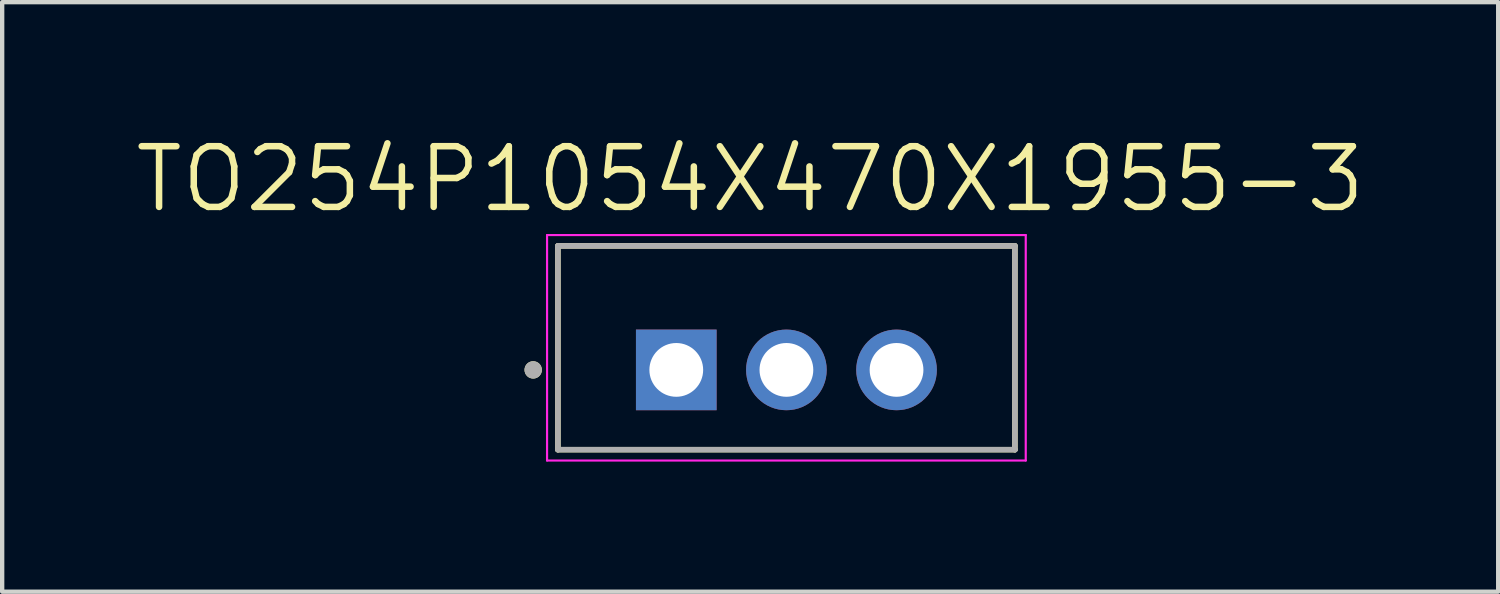
<source format=kicad_pcb>
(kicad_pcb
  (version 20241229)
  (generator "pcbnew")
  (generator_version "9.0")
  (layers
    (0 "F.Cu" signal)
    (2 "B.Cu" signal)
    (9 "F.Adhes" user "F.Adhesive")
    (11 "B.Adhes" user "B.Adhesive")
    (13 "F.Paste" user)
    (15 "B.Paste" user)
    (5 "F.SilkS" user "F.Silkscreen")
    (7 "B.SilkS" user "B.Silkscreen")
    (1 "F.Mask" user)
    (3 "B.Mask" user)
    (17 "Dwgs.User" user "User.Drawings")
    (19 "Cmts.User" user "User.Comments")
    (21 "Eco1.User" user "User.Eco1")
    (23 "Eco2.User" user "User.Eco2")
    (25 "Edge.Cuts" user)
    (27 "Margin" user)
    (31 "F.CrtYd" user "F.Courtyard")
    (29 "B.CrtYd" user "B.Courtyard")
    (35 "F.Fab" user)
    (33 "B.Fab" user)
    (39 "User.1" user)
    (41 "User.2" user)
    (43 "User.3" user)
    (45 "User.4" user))
  (footprint "TO254P1054X470X1955-3"
    (layer "F.Cu")
    (at 15.087 5.481)
    (property "Reference" "TO254P1054X470X1955-3" (at -0.835 -4.399 0) (layer "F.SilkS") (effects (font (size 1.4 1.4) (thickness 0.15))))
    (attr through_hole)
    (fp_line (start -5.27 -2.86) (end -5.27 1.84) (stroke (width 0.127) (type solid)) (layer "F.SilkS"))
    (fp_line (start -5.27 1.84) (end 5.27 1.84) (stroke (width 0.127) (type solid)) (layer "F.SilkS"))
    (fp_line (start 5.27 -2.86) (end -5.27 -2.86) (stroke (width 0.127) (type solid)) (layer "F.SilkS"))
    (fp_line (start 5.27 1.84) (end 5.27 -2.86) (stroke (width 0.127) (type solid)) (layer "F.SilkS"))
    (fp_circle (center -5.84 0) (end -5.74 0) (stroke (width 0.2) (type solid)) (fill no) (layer "F.SilkS"))
    (fp_line (start -5.52 -3.11) (end -5.52 2.09) (stroke (width 0.05) (type solid)) (layer "F.CrtYd"))
    (fp_line (start -5.52 2.09) (end 5.52 2.09) (stroke (width 0.05) (type solid)) (layer "F.CrtYd"))
    (fp_line (start 5.52 -3.11) (end -5.52 -3.11) (stroke (width 0.05) (type solid)) (layer "F.CrtYd"))
    (fp_line (start 5.52 2.09) (end 5.52 -3.11) (stroke (width 0.05) (type solid)) (layer "F.CrtYd"))
    (fp_line (start -5.27 -2.86) (end -5.27 1.84) (stroke (width 0.127) (type solid)) (layer "F.Fab"))
    (fp_line (start -5.27 1.84) (end 5.27 1.84) (stroke (width 0.127) (type solid)) (layer "F.Fab"))
    (fp_line (start 5.27 -2.86) (end -5.27 -2.86) (stroke (width 0.127) (type solid)) (layer "F.Fab"))
    (fp_line (start 5.27 1.84) (end 5.27 -2.86) (stroke (width 0.127) (type solid)) (layer "F.Fab"))
    (fp_circle (center -5.84 0) (end -5.74 0) (stroke (width 0.2) (type solid)) (fill no) (layer "F.Fab"))
    (pad "1" thru_hole rect (at -2.54 0) (size 1.86 1.86) (drill 1.24) (layers "*.Cu" "*.Mask"))
    (pad "2" thru_hole circle (at 0 0) (size 1.86 1.86) (drill 1.24) (layers "*.Cu" "*.Mask"))
    (pad "3" thru_hole circle (at 2.54 0) (size 1.86 1.86) (drill 1.24) (layers "*.Cu" "*.Mask")))
  (gr_rect
    (start -3 -3)
    (end 31.503 10.596)
    (stroke (width 0.1) (type default))
    (fill no)
    (layer "Edge.Cuts")))
</source>
